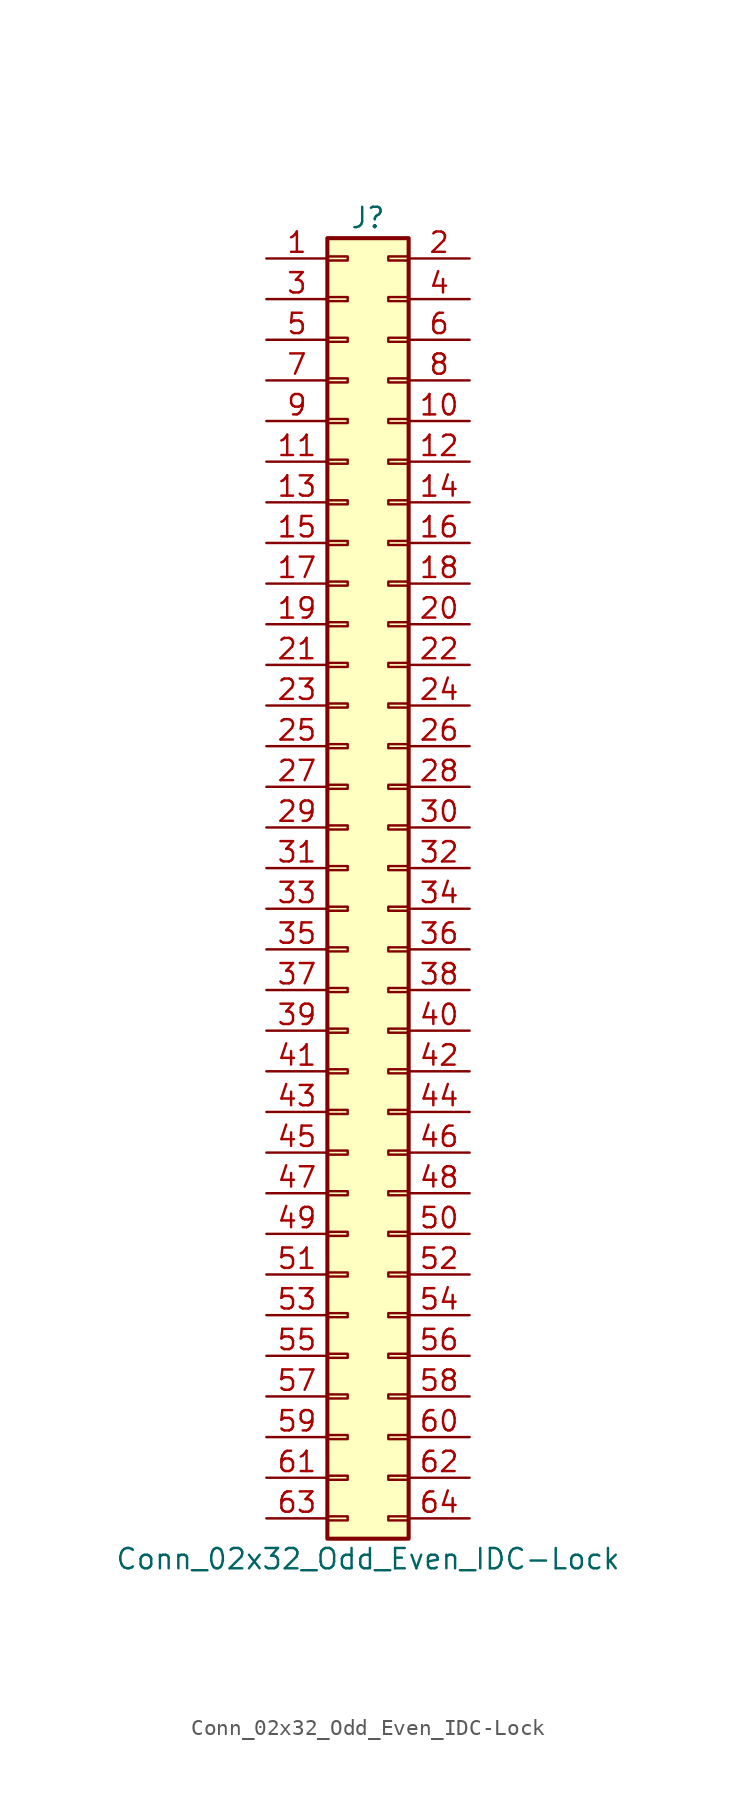
<source format=kicad_sym>
(kicad_symbol_lib
  (version 20220914)
  (generator kicad_symbol_editor)
  (symbol "Conn_02x32_Odd_Even_IDC-Lock"
    (pin_names
      (offset 1.016) hide)
    (property "Reference" "J"
      (at 1.27 40.64 0)
      (effects (font (size 1.27 1.27))))
    (property "Value" "Conn_02x32_Odd_Even_IDC-Lock"
      (at 1.27 -43.18 0)
      (effects (font (size 1.27 1.27))))
    (symbol "Conn_02x32_Odd_Even_IDC-Lock_1_1"
      (rectangle (start -1.27 -40.513) (end 0 -40.767) (stroke (width 0.152) (type default)) (fill (type none)))
      (rectangle (start -1.27 -37.973) (end 0 -38.227) (stroke (width 0.152) (type default)) (fill (type none)))
      (rectangle (start -1.27 -35.433) (end 0 -35.687) (stroke (width 0.152) (type default)) (fill (type none)))
      (rectangle (start -1.27 -32.893) (end 0 -33.147) (stroke (width 0.152) (type default)) (fill (type none)))
      (rectangle (start -1.27 -30.353) (end 0 -30.607) (stroke (width 0.152) (type default)) (fill (type none)))
      (rectangle (start -1.27 -27.813) (end 0 -28.067) (stroke (width 0.152) (type default)) (fill (type none)))
      (rectangle (start -1.27 -25.273) (end 0 -25.527) (stroke (width 0.152) (type default)) (fill (type none)))
      (rectangle (start -1.27 -22.733) (end 0 -22.987) (stroke (width 0.152) (type default)) (fill (type none)))
      (rectangle (start -1.27 -20.193) (end 0 -20.447) (stroke (width 0.152) (type default)) (fill (type none)))
      (rectangle (start -1.27 -17.653) (end 0 -17.907) (stroke (width 0.152) (type default)) (fill (type none)))
      (rectangle (start -1.27 -15.113) (end 0 -15.367) (stroke (width 0.152) (type default)) (fill (type none)))
      (rectangle (start -1.27 -12.573) (end 0 -12.827) (stroke (width 0.152) (type default)) (fill (type none)))
      (rectangle (start -1.27 -10.033) (end 0 -10.287) (stroke (width 0.152) (type default)) (fill (type none)))
      (rectangle (start -1.27 -7.493) (end 0 -7.747) (stroke (width 0.152) (type default)) (fill (type none)))
      (rectangle (start -1.27 -4.953) (end 0 -5.207) (stroke (width 0.152) (type default)) (fill (type none)))
      (rectangle (start -1.27 -2.413) (end 0 -2.667) (stroke (width 0.152) (type default)) (fill (type none)))
      (rectangle (start -1.27 0.127) (end 0 -0.127) (stroke (width 0.152) (type default)) (fill (type none)))
      (rectangle (start -1.27 2.667) (end 0 2.413) (stroke (width 0.152) (type default)) (fill (type none)))
      (rectangle (start -1.27 5.207) (end 0 4.953) (stroke (width 0.152) (type default)) (fill (type none)))
      (rectangle (start -1.27 7.747) (end 0 7.493) (stroke (width 0.152) (type default)) (fill (type none)))
      (rectangle (start -1.27 10.287) (end 0 10.033) (stroke (width 0.152) (type default)) (fill (type none)))
      (rectangle (start -1.27 12.827) (end 0 12.573) (stroke (width 0.152) (type default)) (fill (type none)))
      (rectangle (start -1.27 15.367) (end 0 15.113) (stroke (width 0.152) (type default)) (fill (type none)))
      (rectangle (start -1.27 17.907) (end 0 17.653) (stroke (width 0.152) (type default)) (fill (type none)))
      (rectangle (start -1.27 20.447) (end 0 20.193) (stroke (width 0.152) (type default)) (fill (type none)))
      (rectangle (start -1.27 22.987) (end 0 22.733) (stroke (width 0.152) (type default)) (fill (type none)))
      (rectangle (start -1.27 25.527) (end 0 25.273) (stroke (width 0.152) (type default)) (fill (type none)))
      (rectangle (start -1.27 28.067) (end 0 27.813) (stroke (width 0.152) (type default)) (fill (type none)))
      (rectangle (start -1.27 30.607) (end 0 30.353) (stroke (width 0.152) (type default)) (fill (type none)))
      (rectangle (start -1.27 33.147) (end 0 32.893) (stroke (width 0.152) (type default)) (fill (type none)))
      (rectangle (start -1.27 35.687) (end 0 35.433) (stroke (width 0.152) (type default)) (fill (type none)))
      (rectangle (start -1.27 38.227) (end 0 37.973) (stroke (width 0.152) (type default)) (fill (type none)))
      (rectangle (start -1.27 39.37) (end 3.81 -41.91) (stroke (width 0.254) (type default)) (fill (type background)))
      (rectangle (start 3.81 -40.513) (end 2.54 -40.767) (stroke (width 0.152) (type default)) (fill (type none)))
      (rectangle (start 3.81 -37.973) (end 2.54 -38.227) (stroke (width 0.152) (type default)) (fill (type none)))
      (rectangle (start 3.81 -35.433) (end 2.54 -35.687) (stroke (width 0.152) (type default)) (fill (type none)))
      (rectangle (start 3.81 -32.893) (end 2.54 -33.147) (stroke (width 0.152) (type default)) (fill (type none)))
      (rectangle (start 3.81 -30.353) (end 2.54 -30.607) (stroke (width 0.152) (type default)) (fill (type none)))
      (rectangle (start 3.81 -27.813) (end 2.54 -28.067) (stroke (width 0.152) (type default)) (fill (type none)))
      (rectangle (start 3.81 -25.273) (end 2.54 -25.527) (stroke (width 0.152) (type default)) (fill (type none)))
      (rectangle (start 3.81 -22.733) (end 2.54 -22.987) (stroke (width 0.152) (type default)) (fill (type none)))
      (rectangle (start 3.81 -20.193) (end 2.54 -20.447) (stroke (width 0.152) (type default)) (fill (type none)))
      (rectangle (start 3.81 -17.653) (end 2.54 -17.907) (stroke (width 0.152) (type default)) (fill (type none)))
      (rectangle (start 3.81 -15.113) (end 2.54 -15.367) (stroke (width 0.152) (type default)) (fill (type none)))
      (rectangle (start 3.81 -12.573) (end 2.54 -12.827) (stroke (width 0.152) (type default)) (fill (type none)))
      (rectangle (start 3.81 -10.033) (end 2.54 -10.287) (stroke (width 0.152) (type default)) (fill (type none)))
      (rectangle (start 3.81 -7.493) (end 2.54 -7.747) (stroke (width 0.152) (type default)) (fill (type none)))
      (rectangle (start 3.81 -4.953) (end 2.54 -5.207) (stroke (width 0.152) (type default)) (fill (type none)))
      (rectangle (start 3.81 -2.413) (end 2.54 -2.667) (stroke (width 0.152) (type default)) (fill (type none)))
      (rectangle (start 3.81 0.127) (end 2.54 -0.127) (stroke (width 0.152) (type default)) (fill (type none)))
      (rectangle (start 3.81 2.667) (end 2.54 2.413) (stroke (width 0.152) (type default)) (fill (type none)))
      (rectangle (start 3.81 5.207) (end 2.54 4.953) (stroke (width 0.152) (type default)) (fill (type none)))
      (rectangle (start 3.81 7.747) (end 2.54 7.493) (stroke (width 0.152) (type default)) (fill (type none)))
      (rectangle (start 3.81 10.287) (end 2.54 10.033) (stroke (width 0.152) (type default)) (fill (type none)))
      (rectangle (start 3.81 12.827) (end 2.54 12.573) (stroke (width 0.152) (type default)) (fill (type none)))
      (rectangle (start 3.81 15.367) (end 2.54 15.113) (stroke (width 0.152) (type default)) (fill (type none)))
      (rectangle (start 3.81 17.907) (end 2.54 17.653) (stroke (width 0.152) (type default)) (fill (type none)))
      (rectangle (start 3.81 20.447) (end 2.54 20.193) (stroke (width 0.152) (type default)) (fill (type none)))
      (rectangle (start 3.81 22.987) (end 2.54 22.733) (stroke (width 0.152) (type default)) (fill (type none)))
      (rectangle (start 3.81 25.527) (end 2.54 25.273) (stroke (width 0.152) (type default)) (fill (type none)))
      (rectangle (start 3.81 28.067) (end 2.54 27.813) (stroke (width 0.152) (type default)) (fill (type none)))
      (rectangle (start 3.81 30.607) (end 2.54 30.353) (stroke (width 0.152) (type default)) (fill (type none)))
      (rectangle (start 3.81 33.147) (end 2.54 32.893) (stroke (width 0.152) (type default)) (fill (type none)))
      (rectangle (start 3.81 35.687) (end 2.54 35.433) (stroke (width 0.152) (type default)) (fill (type none)))
      (rectangle (start 3.81 38.227) (end 2.54 37.973) (stroke (width 0.152) (type default)) (fill (type none)))
      (pin passive line (at -5.08 38.1 0) (length 3.81) (name "Pin_1" (effects (font (size 1.27 1.27)))) (number "1" (effects (font (size 1.27 1.27)))))
      (pin passive line (at 7.62 27.94 180) (length 3.81) (name "Pin_10" (effects (font (size 1.27 1.27)))) (number "10" (effects (font (size 1.27 1.27)))))
      (pin passive line (at -5.08 25.4 0) (length 3.81) (name "Pin_11" (effects (font (size 1.27 1.27)))) (number "11" (effects (font (size 1.27 1.27)))))
      (pin passive line (at 7.62 25.4 180) (length 3.81) (name "Pin_12" (effects (font (size 1.27 1.27)))) (number "12" (effects (font (size 1.27 1.27)))))
      (pin passive line (at -5.08 22.86 0) (length 3.81) (name "Pin_13" (effects (font (size 1.27 1.27)))) (number "13" (effects (font (size 1.27 1.27)))))
      (pin passive line (at 7.62 22.86 180) (length 3.81) (name "Pin_14" (effects (font (size 1.27 1.27)))) (number "14" (effects (font (size 1.27 1.27)))))
      (pin passive line (at -5.08 20.32 0) (length 3.81) (name "Pin_15" (effects (font (size 1.27 1.27)))) (number "15" (effects (font (size 1.27 1.27)))))
      (pin passive line (at 7.62 20.32 180) (length 3.81) (name "Pin_16" (effects (font (size 1.27 1.27)))) (number "16" (effects (font (size 1.27 1.27)))))
      (pin passive line (at -5.08 17.78 0) (length 3.81) (name "Pin_17" (effects (font (size 1.27 1.27)))) (number "17" (effects (font (size 1.27 1.27)))))
      (pin passive line (at 7.62 17.78 180) (length 3.81) (name "Pin_18" (effects (font (size 1.27 1.27)))) (number "18" (effects (font (size 1.27 1.27)))))
      (pin passive line (at -5.08 15.24 0) (length 3.81) (name "Pin_19" (effects (font (size 1.27 1.27)))) (number "19" (effects (font (size 1.27 1.27)))))
      (pin passive line (at 7.62 38.1 180) (length 3.81) (name "Pin_2" (effects (font (size 1.27 1.27)))) (number "2" (effects (font (size 1.27 1.27)))))
      (pin passive line (at 7.62 15.24 180) (length 3.81) (name "Pin_20" (effects (font (size 1.27 1.27)))) (number "20" (effects (font (size 1.27 1.27)))))
      (pin passive line (at -5.08 12.7 0) (length 3.81) (name "Pin_21" (effects (font (size 1.27 1.27)))) (number "21" (effects (font (size 1.27 1.27)))))
      (pin passive line (at 7.62 12.7 180) (length 3.81) (name "Pin_22" (effects (font (size 1.27 1.27)))) (number "22" (effects (font (size 1.27 1.27)))))
      (pin passive line (at -5.08 10.16 0) (length 3.81) (name "Pin_23" (effects (font (size 1.27 1.27)))) (number "23" (effects (font (size 1.27 1.27)))))
      (pin passive line (at 7.62 10.16 180) (length 3.81) (name "Pin_24" (effects (font (size 1.27 1.27)))) (number "24" (effects (font (size 1.27 1.27)))))
      (pin passive line (at -5.08 7.62 0) (length 3.81) (name "Pin_25" (effects (font (size 1.27 1.27)))) (number "25" (effects (font (size 1.27 1.27)))))
      (pin passive line (at 7.62 7.62 180) (length 3.81) (name "Pin_26" (effects (font (size 1.27 1.27)))) (number "26" (effects (font (size 1.27 1.27)))))
      (pin passive line (at -5.08 5.08 0) (length 3.81) (name "Pin_27" (effects (font (size 1.27 1.27)))) (number "27" (effects (font (size 1.27 1.27)))))
      (pin passive line (at 7.62 5.08 180) (length 3.81) (name "Pin_28" (effects (font (size 1.27 1.27)))) (number "28" (effects (font (size 1.27 1.27)))))
      (pin passive line (at -5.08 2.54 0) (length 3.81) (name "Pin_29" (effects (font (size 1.27 1.27)))) (number "29" (effects (font (size 1.27 1.27)))))
      (pin passive line (at -5.08 35.56 0) (length 3.81) (name "Pin_3" (effects (font (size 1.27 1.27)))) (number "3" (effects (font (size 1.27 1.27)))))
      (pin passive line (at 7.62 2.54 180) (length 3.81) (name "Pin_30" (effects (font (size 1.27 1.27)))) (number "30" (effects (font (size 1.27 1.27)))))
      (pin passive line (at -5.08 0 0) (length 3.81) (name "Pin_31" (effects (font (size 1.27 1.27)))) (number "31" (effects (font (size 1.27 1.27)))))
      (pin passive line (at 7.62 0 180) (length 3.81) (name "Pin_32" (effects (font (size 1.27 1.27)))) (number "32" (effects (font (size 1.27 1.27)))))
      (pin passive line (at -5.08 -2.54 0) (length 3.81) (name "Pin_33" (effects (font (size 1.27 1.27)))) (number "33" (effects (font (size 1.27 1.27)))))
      (pin passive line (at 7.62 -2.54 180) (length 3.81) (name "Pin_34" (effects (font (size 1.27 1.27)))) (number "34" (effects (font (size 1.27 1.27)))))
      (pin passive line (at -5.08 -5.08 0) (length 3.81) (name "Pin_35" (effects (font (size 1.27 1.27)))) (number "35" (effects (font (size 1.27 1.27)))))
      (pin passive line (at 7.62 -5.08 180) (length 3.81) (name "Pin_36" (effects (font (size 1.27 1.27)))) (number "36" (effects (font (size 1.27 1.27)))))
      (pin passive line (at -5.08 -7.62 0) (length 3.81) (name "Pin_37" (effects (font (size 1.27 1.27)))) (number "37" (effects (font (size 1.27 1.27)))))
      (pin passive line (at 7.62 -7.62 180) (length 3.81) (name "Pin_38" (effects (font (size 1.27 1.27)))) (number "38" (effects (font (size 1.27 1.27)))))
      (pin passive line (at -5.08 -10.16 0) (length 3.81) (name "Pin_39" (effects (font (size 1.27 1.27)))) (number "39" (effects (font (size 1.27 1.27)))))
      (pin passive line (at 7.62 35.56 180) (length 3.81) (name "Pin_4" (effects (font (size 1.27 1.27)))) (number "4" (effects (font (size 1.27 1.27)))))
      (pin passive line (at 7.62 -10.16 180) (length 3.81) (name "Pin_40" (effects (font (size 1.27 1.27)))) (number "40" (effects (font (size 1.27 1.27)))))
      (pin passive line (at -5.08 -12.7 0) (length 3.81) (name "Pin_41" (effects (font (size 1.27 1.27)))) (number "41" (effects (font (size 1.27 1.27)))))
      (pin passive line (at 7.62 -12.7 180) (length 3.81) (name "Pin_42" (effects (font (size 1.27 1.27)))) (number "42" (effects (font (size 1.27 1.27)))))
      (pin passive line (at -5.08 -15.24 0) (length 3.81) (name "Pin_43" (effects (font (size 1.27 1.27)))) (number "43" (effects (font (size 1.27 1.27)))))
      (pin passive line (at 7.62 -15.24 180) (length 3.81) (name "Pin_44" (effects (font (size 1.27 1.27)))) (number "44" (effects (font (size 1.27 1.27)))))
      (pin passive line (at -5.08 -17.78 0) (length 3.81) (name "Pin_45" (effects (font (size 1.27 1.27)))) (number "45" (effects (font (size 1.27 1.27)))))
      (pin passive line (at 7.62 -17.78 180) (length 3.81) (name "Pin_46" (effects (font (size 1.27 1.27)))) (number "46" (effects (font (size 1.27 1.27)))))
      (pin passive line (at -5.08 -20.32 0) (length 3.81) (name "Pin_47" (effects (font (size 1.27 1.27)))) (number "47" (effects (font (size 1.27 1.27)))))
      (pin passive line (at 7.62 -20.32 180) (length 3.81) (name "Pin_48" (effects (font (size 1.27 1.27)))) (number "48" (effects (font (size 1.27 1.27)))))
      (pin passive line (at -5.08 -22.86 0) (length 3.81) (name "Pin_49" (effects (font (size 1.27 1.27)))) (number "49" (effects (font (size 1.27 1.27)))))
      (pin passive line (at -5.08 33.02 0) (length 3.81) (name "Pin_5" (effects (font (size 1.27 1.27)))) (number "5" (effects (font (size 1.27 1.27)))))
      (pin passive line (at 7.62 -22.86 180) (length 3.81) (name "Pin_50" (effects (font (size 1.27 1.27)))) (number "50" (effects (font (size 1.27 1.27)))))
      (pin passive line (at -5.08 -25.4 0) (length 3.81) (name "Pin_51" (effects (font (size 1.27 1.27)))) (number "51" (effects (font (size 1.27 1.27)))))
      (pin passive line (at 7.62 -25.4 180) (length 3.81) (name "Pin_52" (effects (font (size 1.27 1.27)))) (number "52" (effects (font (size 1.27 1.27)))))
      (pin passive line (at -5.08 -27.94 0) (length 3.81) (name "Pin_53" (effects (font (size 1.27 1.27)))) (number "53" (effects (font (size 1.27 1.27)))))
      (pin passive line (at 7.62 -27.94 180) (length 3.81) (name "Pin_54" (effects (font (size 1.27 1.27)))) (number "54" (effects (font (size 1.27 1.27)))))
      (pin passive line (at -5.08 -30.48 0) (length 3.81) (name "Pin_55" (effects (font (size 1.27 1.27)))) (number "55" (effects (font (size 1.27 1.27)))))
      (pin passive line (at 7.62 -30.48 180) (length 3.81) (name "Pin_56" (effects (font (size 1.27 1.27)))) (number "56" (effects (font (size 1.27 1.27)))))
      (pin passive line (at -5.08 -33.02 0) (length 3.81) (name "Pin_57" (effects (font (size 1.27 1.27)))) (number "57" (effects (font (size 1.27 1.27)))))
      (pin passive line (at 7.62 -33.02 180) (length 3.81) (name "Pin_58" (effects (font (size 1.27 1.27)))) (number "58" (effects (font (size 1.27 1.27)))))
      (pin passive line (at -5.08 -35.56 0) (length 3.81) (name "Pin_59" (effects (font (size 1.27 1.27)))) (number "59" (effects (font (size 1.27 1.27)))))
      (pin passive line (at 7.62 33.02 180) (length 3.81) (name "Pin_6" (effects (font (size 1.27 1.27)))) (number "6" (effects (font (size 1.27 1.27)))))
      (pin passive line (at 7.62 -35.56 180) (length 3.81) (name "Pin_60" (effects (font (size 1.27 1.27)))) (number "60" (effects (font (size 1.27 1.27)))))
      (pin passive line (at -5.08 -38.1 0) (length 3.81) (name "Pin_61" (effects (font (size 1.27 1.27)))) (number "61" (effects (font (size 1.27 1.27)))))
      (pin passive line (at 7.62 -38.1 180) (length 3.81) (name "Pin_62" (effects (font (size 1.27 1.27)))) (number "62" (effects (font (size 1.27 1.27)))))
      (pin passive line (at -5.08 -40.64 0) (length 3.81) (name "Pin_63" (effects (font (size 1.27 1.27)))) (number "63" (effects (font (size 1.27 1.27)))))
      (pin passive line (at 7.62 -40.64 180) (length 3.81) (name "Pin_64" (effects (font (size 1.27 1.27)))) (number "64" (effects (font (size 1.27 1.27)))))
      (pin passive line (at -5.08 30.48 0) (length 3.81) (name "Pin_7" (effects (font (size 1.27 1.27)))) (number "7" (effects (font (size 1.27 1.27)))))
      (pin passive line (at 7.62 30.48 180) (length 3.81) (name "Pin_8" (effects (font (size 1.27 1.27)))) (number "8" (effects (font (size 1.27 1.27)))))
      (pin passive line (at -5.08 27.94 0) (length 3.81) (name "Pin_9" (effects (font (size 1.27 1.27)))) (number "9" (effects (font (size 1.27 1.27))))))))
</source>
